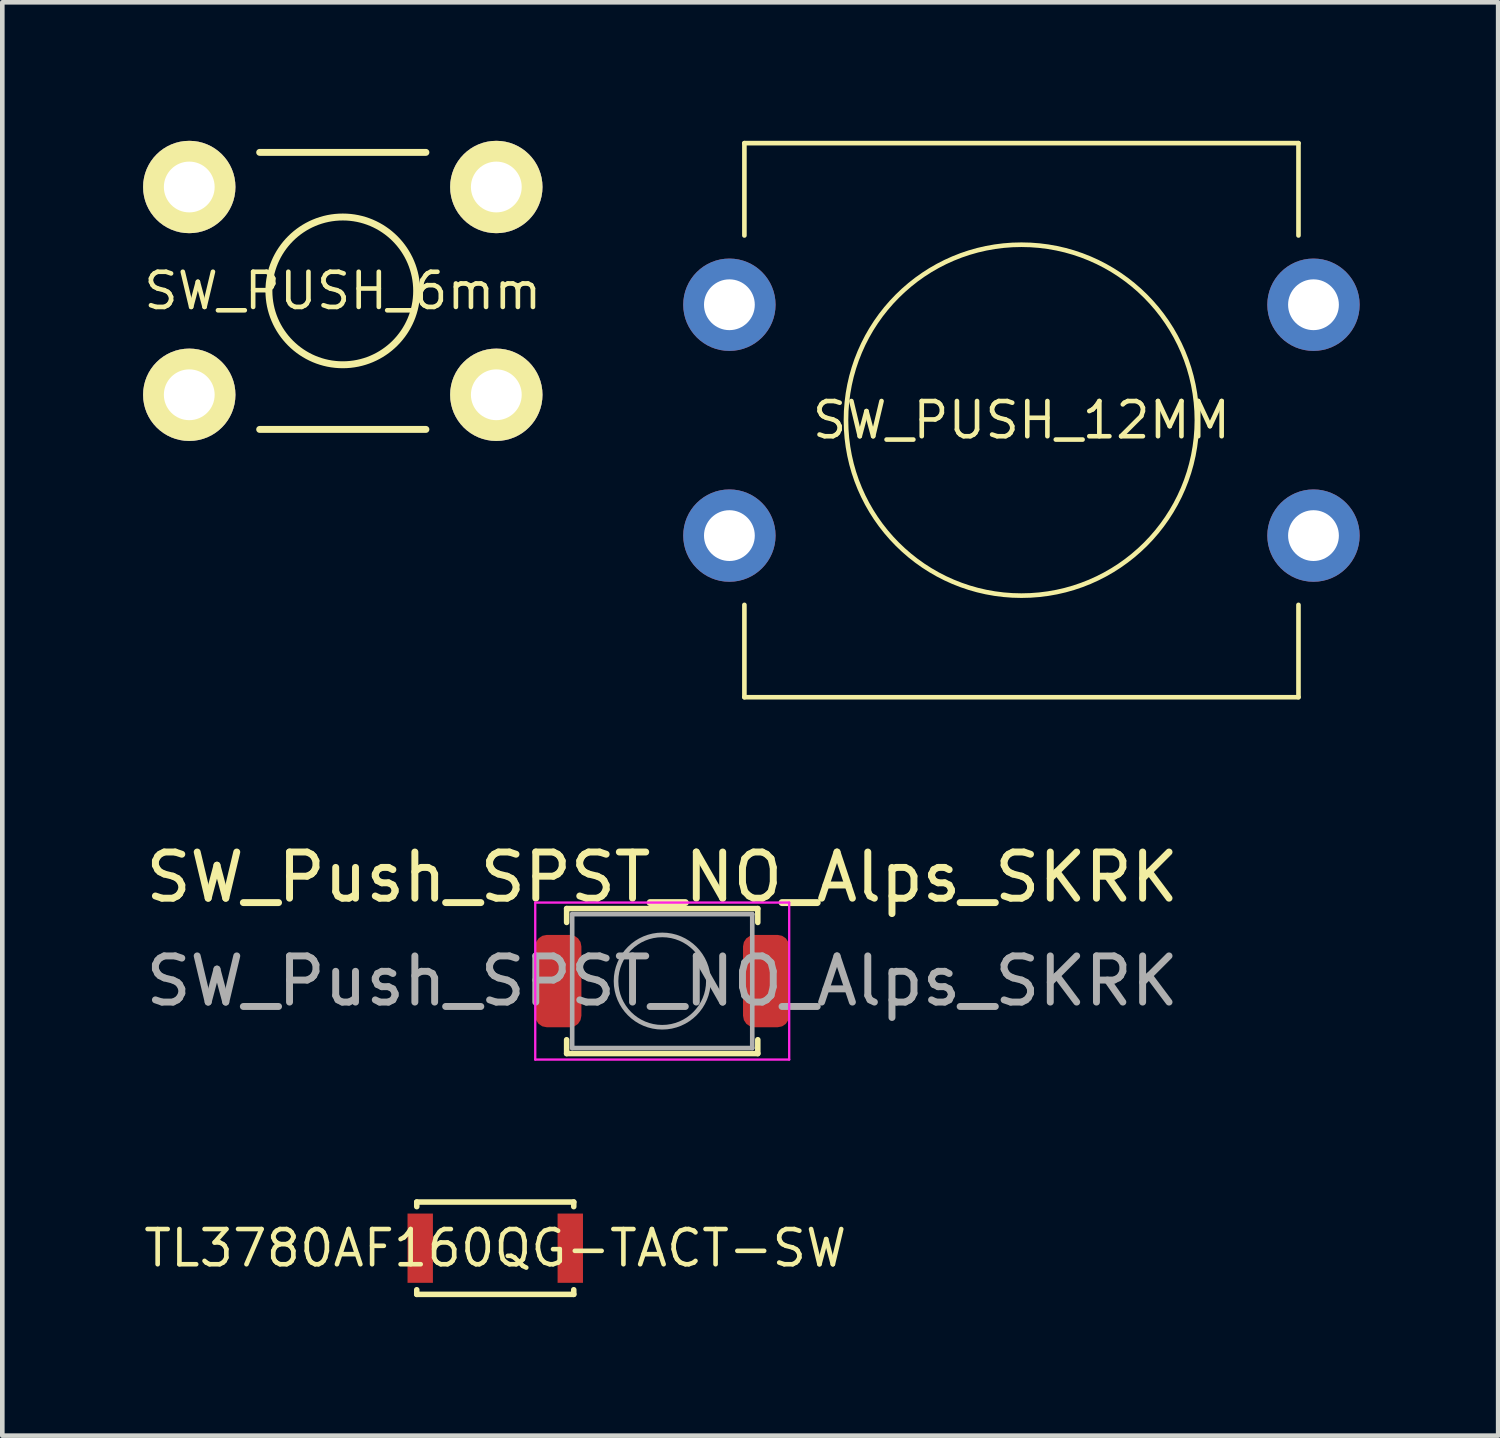
<source format=kicad_pcb>
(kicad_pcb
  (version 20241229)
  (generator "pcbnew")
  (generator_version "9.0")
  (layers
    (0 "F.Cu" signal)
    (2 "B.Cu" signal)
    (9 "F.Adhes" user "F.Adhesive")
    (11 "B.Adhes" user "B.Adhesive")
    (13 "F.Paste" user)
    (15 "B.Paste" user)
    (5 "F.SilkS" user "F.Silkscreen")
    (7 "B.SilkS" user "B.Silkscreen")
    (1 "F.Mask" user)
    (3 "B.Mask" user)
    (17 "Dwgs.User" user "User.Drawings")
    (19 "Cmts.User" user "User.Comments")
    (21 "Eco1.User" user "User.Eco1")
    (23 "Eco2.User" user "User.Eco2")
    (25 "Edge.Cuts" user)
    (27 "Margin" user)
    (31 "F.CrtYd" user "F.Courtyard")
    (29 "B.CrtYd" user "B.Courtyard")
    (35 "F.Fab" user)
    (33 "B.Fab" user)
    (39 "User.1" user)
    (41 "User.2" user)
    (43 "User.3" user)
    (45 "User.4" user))
  (footprint "SW_PUSH_6mm"
    (layer "F.Cu")
    (at 4.374 3.25)
    (property "Reference" "SW_PUSH_6mm" (at 0 0 0) (layer "F.SilkS") (effects (font (size 0.762 0.762) (thickness 0.1))))
    (attr through_hole)
    (fp_line (start -1.8 -3) (end 1.8 -3) (stroke (width 0.15) (type solid)) (layer "F.SilkS"))
    (fp_line (start 1.8 3) (end -1.8 3) (stroke (width 0.15) (type solid)) (layer "F.SilkS"))
    (fp_circle (center 0 0) (end 1.6 0) (stroke (width 0.15) (type solid)) (fill no) (layer "F.SilkS"))
    (pad "1" thru_hole circle (at -3.325 -2.25 90) (size 2 2) (drill 1.1) (layers "*.Cu" "*.Mask" "F.SilkS"))
    (pad "1" thru_hole circle (at 3.325 -2.25 90) (size 2 2) (drill 1.1) (layers "*.Cu" "*.Mask" "F.SilkS"))
    (pad "2" thru_hole circle (at -3.325 2.25 90) (size 2 2) (drill 1.1) (layers "*.Cu" "*.Mask" "F.SilkS"))
    (pad "2" thru_hole circle (at 3.325 2.25 90) (size 2 2) (drill 1.1) (layers "*.Cu" "*.Mask" "F.SilkS")))
  (footprint "SW_Push_SPST_NO_Alps_SKRK"
    (layer "F.Cu")
    (at 11.292 18.198)
    (property "Reference" "SW_Push_SPST_NO_Alps_SKRK" (at 0 -2.25 0) (layer "F.SilkS") (effects (font (size 1 1) (thickness 0.15))))
    (attr smd)
    (fp_line (start -2.07 -1.57) (end 2.07 -1.57) (stroke (width 0.12) (type solid)) (layer "F.SilkS"))
    (fp_line (start -2.07 -1.27) (end -2.07 -1.57) (stroke (width 0.12) (type solid)) (layer "F.SilkS"))
    (fp_line (start -2.07 1.57) (end -2.07 1.27) (stroke (width 0.12) (type solid)) (layer "F.SilkS"))
    (fp_line (start 2.07 -1.57) (end 2.07 -1.27) (stroke (width 0.12) (type solid)) (layer "F.SilkS"))
    (fp_line (start 2.07 1.27) (end 2.07 1.57) (stroke (width 0.12) (type solid)) (layer "F.SilkS"))
    (fp_line (start 2.07 1.57) (end -2.07 1.57) (stroke (width 0.12) (type solid)) (layer "F.SilkS"))
    (fp_line (start -2.75 -1.7) (end 2.75 -1.7) (stroke (width 0.05) (type solid)) (layer "F.CrtYd"))
    (fp_line (start -2.75 1.7) (end -2.75 -1.7) (stroke (width 0.05) (type solid)) (layer "F.CrtYd"))
    (fp_line (start 2.75 -1.7) (end 2.75 1.7) (stroke (width 0.05) (type solid)) (layer "F.CrtYd"))
    (fp_line (start 2.75 1.7) (end -2.75 1.7) (stroke (width 0.05) (type solid)) (layer "F.CrtYd"))
    (fp_line (start -1.95 -1.45) (end 1.95 -1.45) (stroke (width 0.1) (type solid)) (layer "F.Fab"))
    (fp_line (start -1.95 1.45) (end -1.95 -1.45) (stroke (width 0.1) (type solid)) (layer "F.Fab"))
    (fp_line (start 1.95 -1.45) (end 1.95 1.45) (stroke (width 0.1) (type solid)) (layer "F.Fab"))
    (fp_line (start 1.95 1.45) (end -1.95 1.45) (stroke (width 0.1) (type solid)) (layer "F.Fab"))
    (fp_circle (center 0 0) (end 1 0) (stroke (width 0.1) (type solid)) (fill no) (layer "F.Fab"))
    (fp_text user "${REFERENCE}" (at 0 0 0) (layer "F.Fab") (effects (font (size 1 1) (thickness 0.15))))
    (pad "1" smd roundrect (at -2.25 0) (size 1 2) (layers "F.Cu" "F.Mask" "F.Paste") (roundrect_rratio 0.25))
    (pad "2" smd roundrect (at 2.25 0) (size 1 2) (layers "F.Cu" "F.Mask" "F.Paste") (roundrect_rratio 0.25)))
  (footprint "SW_PUSH_12MM"
    (layer "F.Cu")
    (at 19.072 6.05)
    (property "Reference" "SW_PUSH_12MM" (at 0 0 0) (layer "F.SilkS") (effects (font (size 0.762 0.762) (thickness 0.1))))
    (attr through_hole)
    (fp_line (start -6 -6) (end -6 -4) (stroke (width 0.1) (type solid)) (layer "F.SilkS"))
    (fp_line (start -6 -6) (end 6 -6) (stroke (width 0.1) (type solid)) (layer "F.SilkS"))
    (fp_line (start -6 6) (end -6 4) (stroke (width 0.1) (type solid)) (layer "F.SilkS"))
    (fp_line (start 6 -6) (end 6 -4) (stroke (width 0.1) (type solid)) (layer "F.SilkS"))
    (fp_line (start 6 4) (end 6 6) (stroke (width 0.1) (type solid)) (layer "F.SilkS"))
    (fp_line (start 6 6) (end -6 6) (stroke (width 0.1) (type solid)) (layer "F.SilkS"))
    (fp_circle (center 0 0) (end 0 -3.8) (stroke (width 0.1) (type solid)) (fill no) (layer "F.SilkS"))
    (pad "1" thru_hole circle (at -6.325 -2.5) (size 2 2) (drill 1.1) (layers "*.Cu" "*.Mask"))
    (pad "1" thru_hole circle (at 6.325 -2.5) (size 2 2) (drill 1.1) (layers "*.Cu" "*.Mask"))
    (pad "2" thru_hole circle (at -6.325 2.5) (size 2 2) (drill 1.1) (layers "*.Cu" "*.Mask"))
    (pad "2" thru_hole circle (at 6.325 2.5) (size 2 2) (drill 1.1) (layers "*.Cu" "*.Mask")))
  (footprint "TL3780AF160QG-TACT-SW"
    (layer "F.Cu")
    (at 7.676 23.983)
    (property "Reference" "TL3780AF160QG-TACT-SW" (at 0 0 0) (layer "F.SilkS") (effects (font (size 0.762 0.762) (thickness 0.1))))
    (attr smd)
    (fp_line (start -1.7 -1) (end 1.7 -1) (stroke (width 0.12) (type solid)) (layer "F.SilkS"))
    (fp_line (start -1.7 -0.9) (end -1.7 -1) (stroke (width 0.12) (type solid)) (layer "F.SilkS"))
    (fp_line (start -1.7 0.9) (end -1.7 1) (stroke (width 0.12) (type solid)) (layer "F.SilkS"))
    (fp_line (start -1.7 1) (end 1.7 1) (stroke (width 0.12) (type solid)) (layer "F.SilkS"))
    (fp_line (start 1.7 -1) (end 1.7 -0.9) (stroke (width 0.12) (type solid)) (layer "F.SilkS"))
    (fp_line (start 1.7 1) (end 1.7 0.9) (stroke (width 0.12) (type solid)) (layer "F.SilkS"))
    (pad "1" smd rect (at -1.625 0) (size 0.55 1.5) (layers "F.Cu" "F.Mask" "F.Paste"))
    (pad "2" smd rect (at 1.625 0) (size 0.55 1.5) (layers "F.Cu" "F.Mask" "F.Paste")))
  (gr_rect
    (start -3 -3)
    (end 29.397 28.043)
    (stroke (width 0.1) (type default))
    (fill no)
    (layer "Edge.Cuts")))
</source>
